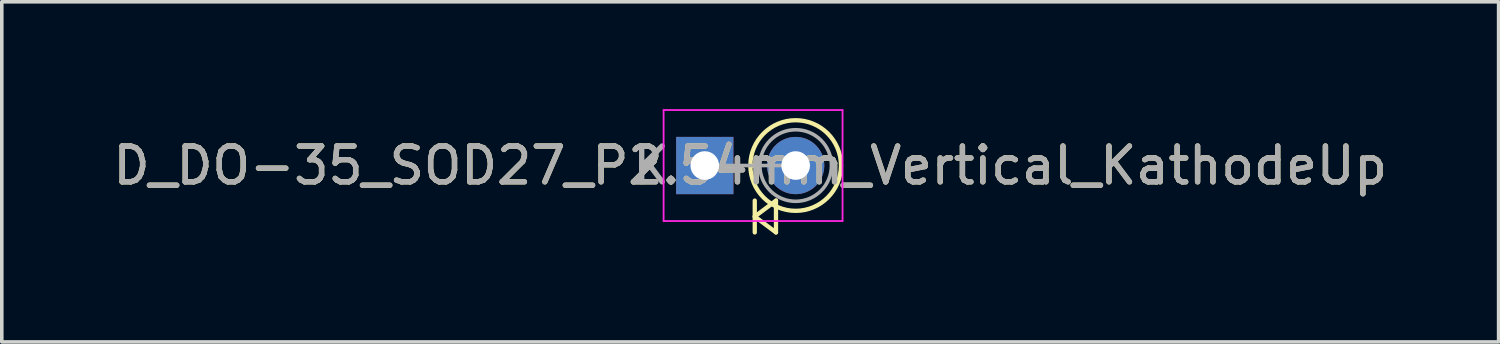
<source format=kicad_pcb>
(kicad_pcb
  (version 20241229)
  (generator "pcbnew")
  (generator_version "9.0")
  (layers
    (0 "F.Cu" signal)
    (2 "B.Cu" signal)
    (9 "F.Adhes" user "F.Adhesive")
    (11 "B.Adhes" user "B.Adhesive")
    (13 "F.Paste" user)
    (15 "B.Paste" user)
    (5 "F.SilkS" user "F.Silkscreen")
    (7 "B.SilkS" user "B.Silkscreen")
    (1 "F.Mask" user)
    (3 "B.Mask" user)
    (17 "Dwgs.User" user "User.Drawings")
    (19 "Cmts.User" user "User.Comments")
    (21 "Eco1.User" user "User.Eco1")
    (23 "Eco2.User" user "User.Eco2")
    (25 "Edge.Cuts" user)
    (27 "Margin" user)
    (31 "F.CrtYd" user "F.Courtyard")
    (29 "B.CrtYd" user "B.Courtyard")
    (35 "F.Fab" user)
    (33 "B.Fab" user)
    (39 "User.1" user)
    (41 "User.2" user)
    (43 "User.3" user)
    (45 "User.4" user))
  (footprint "D_DO-35_SOD27_P2.54mm_Vertical_KathodeUp"
    (layer "F.Cu")
    (at 16.641 1.575)
    (property "Reference" "D_DO-35_SOD27_P2.54mm_Vertical_KathodeUp" (at 1.27 0 0) (layer "F.SilkS") (effects (font (size 1 1) (thickness 0.15))))
    (attr through_hole)
    (fp_line (start 1.266 0) (end 1.44 0) (stroke (width 0.12) (type solid)) (layer "F.SilkS"))
    (fp_line (start 1.397 0.98) (end 1.397 1.869) (stroke (width 0.12) (type solid)) (layer "F.SilkS"))
    (fp_line (start 1.397 1.425) (end 1.99 0.98) (stroke (width 0.12) (type solid)) (layer "F.SilkS"))
    (fp_line (start 1.99 0.98) (end 1.99 1.869) (stroke (width 0.12) (type solid)) (layer "F.SilkS"))
    (fp_line (start 1.99 1.869) (end 1.397 1.425) (stroke (width 0.12) (type solid)) (layer "F.SilkS"))
    (fp_circle (center 2.54 0) (end 3.806 0) (stroke (width 0.12) (type solid)) (fill no) (layer "F.SilkS"))
    (fp_line (start -1.15 -1.55) (end -1.15 1.55) (stroke (width 0.05) (type solid)) (layer "F.CrtYd"))
    (fp_line (start -1.15 1.55) (end 3.85 1.55) (stroke (width 0.05) (type solid)) (layer "F.CrtYd"))
    (fp_line (start 3.85 -1.55) (end -1.15 -1.55) (stroke (width 0.05) (type solid)) (layer "F.CrtYd"))
    (fp_line (start 3.85 1.55) (end 3.85 -1.55) (stroke (width 0.05) (type solid)) (layer "F.CrtYd"))
    (fp_line (start 0 0) (end 2.54 0) (stroke (width 0.1) (type solid)) (layer "F.Fab"))
    (fp_circle (center 2.54 0) (end 3.54 0) (stroke (width 0.1) (type solid)) (fill no) (layer "F.Fab"))
    (fp_text user "K" (at -1.5 0 0) (layer "F.Fab") (effects (font (size 1 1) (thickness 0.15))))
    (fp_text user "${REFERENCE}" (at 1.27 0 0) (layer "F.Fab") (effects (font (size 1 1) (thickness 0.15))))
    (pad "1" thru_hole rect (at 0 0) (size 1.6 1.6) (drill 0.8) (layers "*.Cu" "*.Mask"))
    (pad "2" thru_hole oval (at 2.54 0) (size 1.6 1.6) (drill 0.8) (layers "*.Cu" "*.Mask")))
  (gr_rect
    (start -3 -3)
    (end 38.821 6.504)
    (stroke (width 0.1) (type default))
    (fill no)
    (layer "Edge.Cuts")))
</source>
